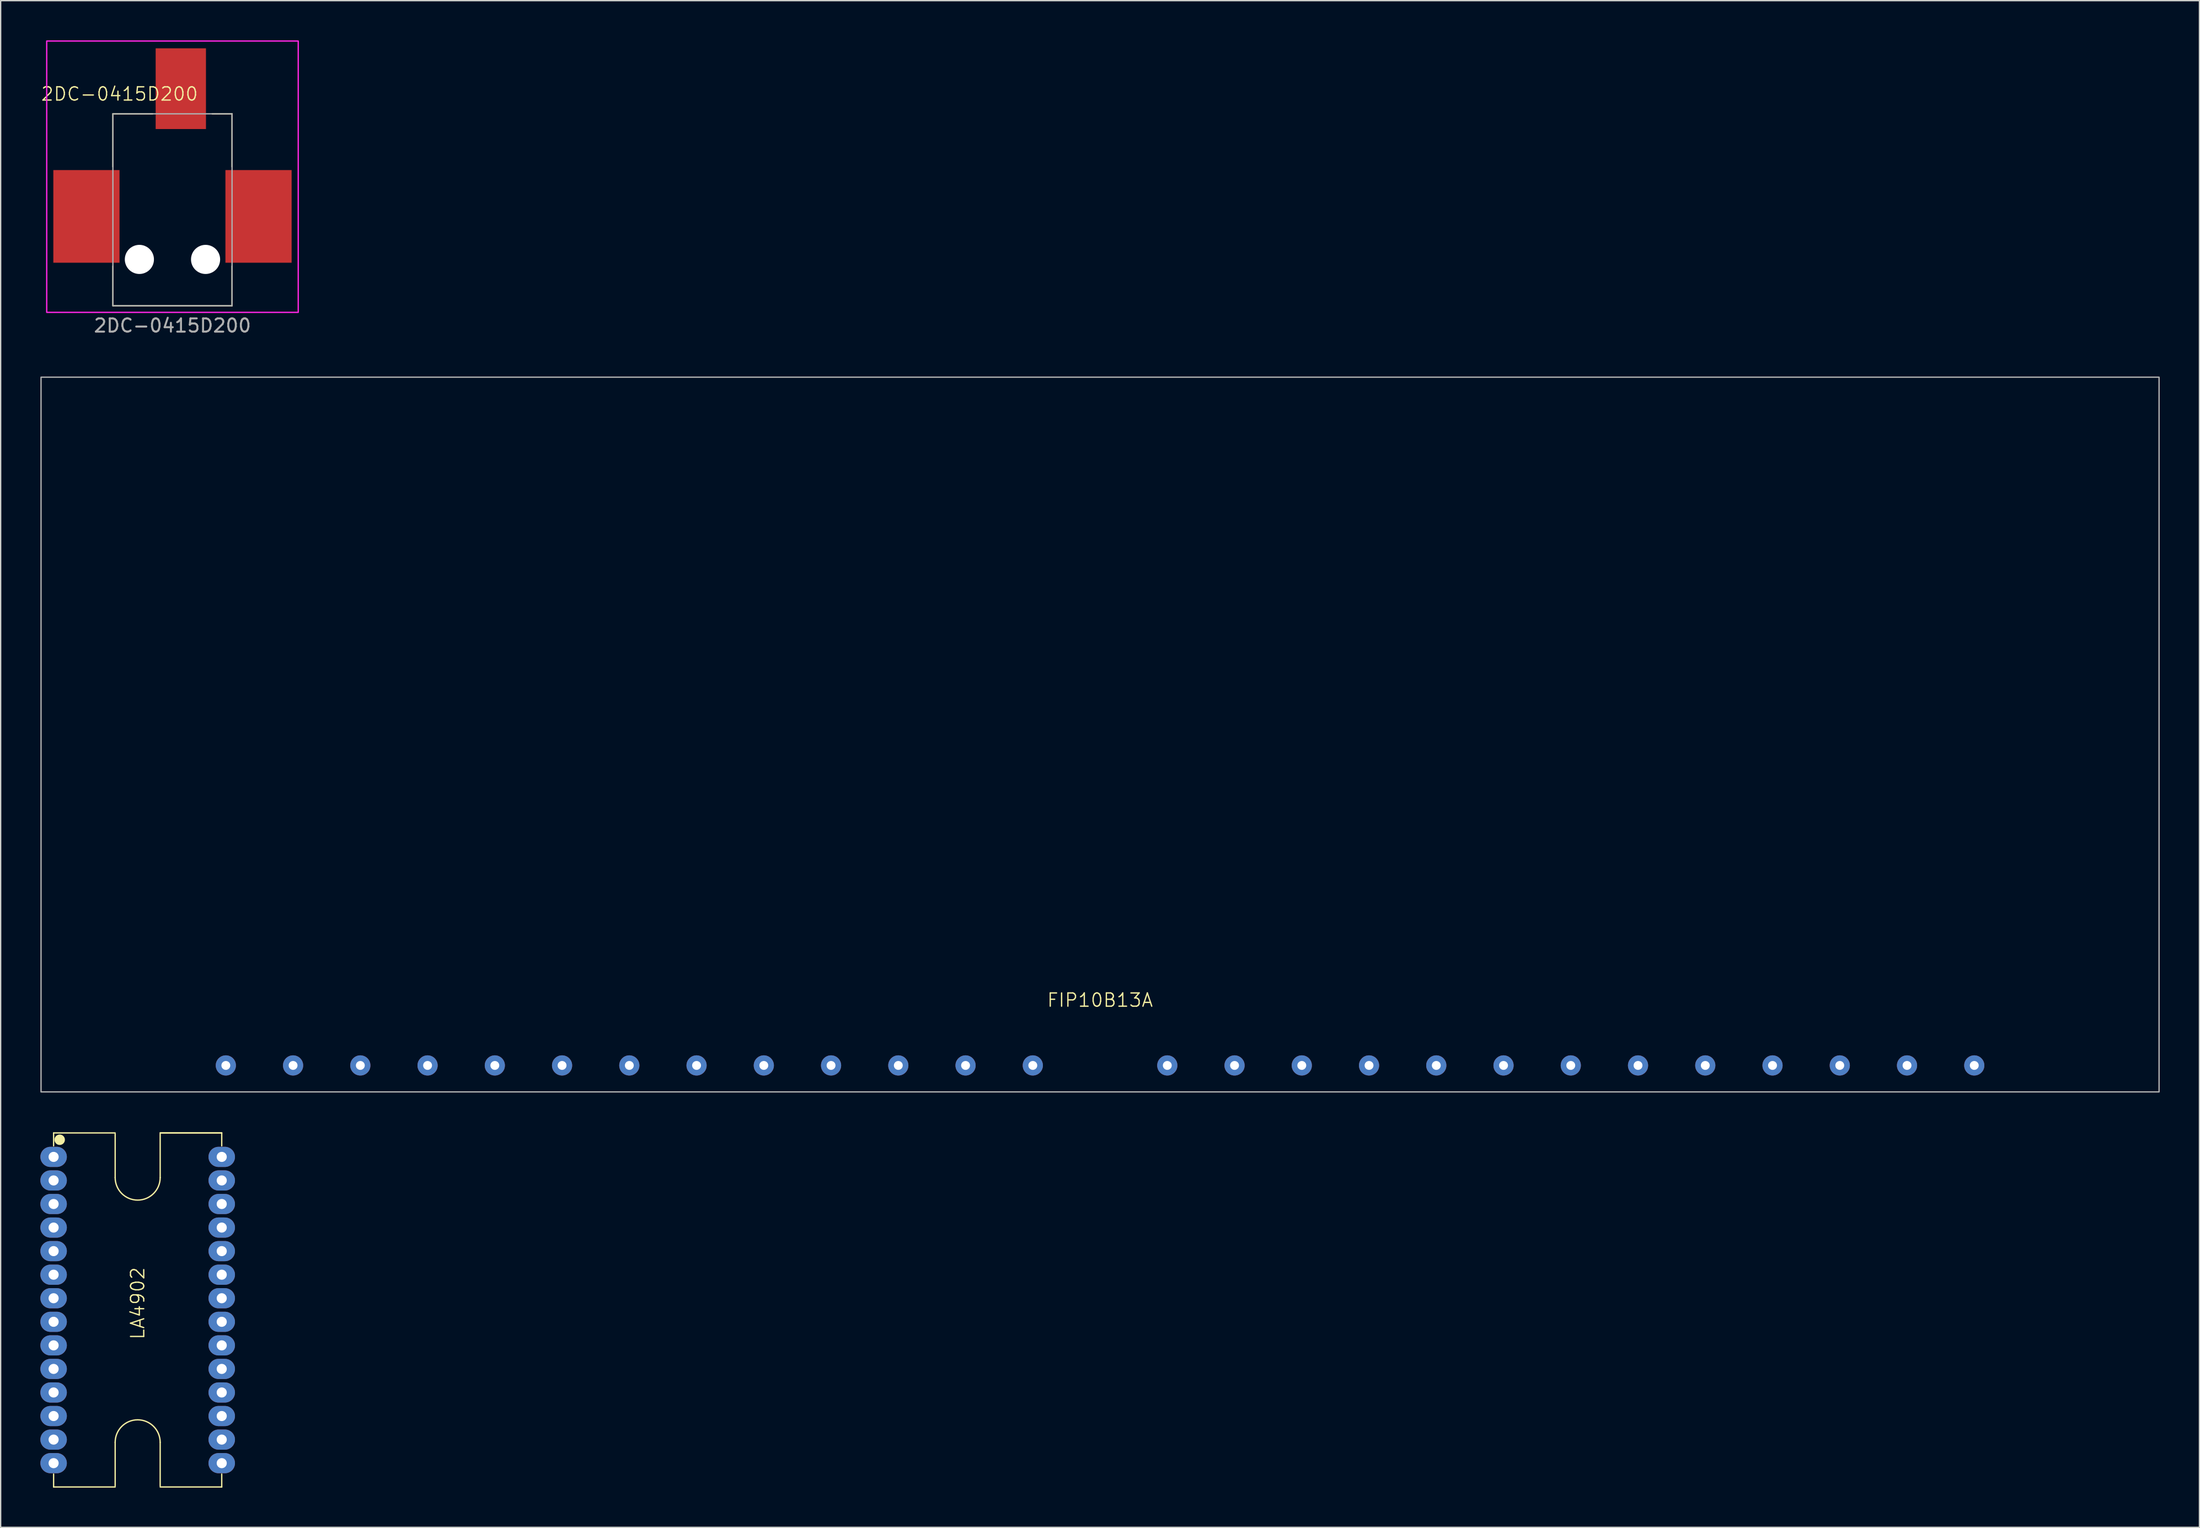
<source format=kicad_pcb>
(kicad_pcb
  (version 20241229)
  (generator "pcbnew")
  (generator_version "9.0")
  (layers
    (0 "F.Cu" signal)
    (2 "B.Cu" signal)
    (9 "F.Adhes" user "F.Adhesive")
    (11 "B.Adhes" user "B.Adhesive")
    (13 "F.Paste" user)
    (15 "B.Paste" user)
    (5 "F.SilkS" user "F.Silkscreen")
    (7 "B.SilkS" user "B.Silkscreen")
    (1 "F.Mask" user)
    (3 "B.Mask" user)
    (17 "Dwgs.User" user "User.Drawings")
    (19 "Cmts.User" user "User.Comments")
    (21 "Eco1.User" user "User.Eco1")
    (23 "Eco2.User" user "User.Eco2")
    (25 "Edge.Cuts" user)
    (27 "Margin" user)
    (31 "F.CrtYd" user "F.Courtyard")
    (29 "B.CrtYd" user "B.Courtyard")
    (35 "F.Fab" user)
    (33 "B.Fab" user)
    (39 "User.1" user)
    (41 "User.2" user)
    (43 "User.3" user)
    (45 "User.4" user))
  (footprint "LA4902"
    (layer "F.Cu")
    (at 7.35 95.923)
    (property "Reference" "LA4902" (at 0 -0.5 90) (unlocked yes) (layer "F.SilkS") (effects (font (size 1 1) (thickness 0.1))))
    (attr through_hole)
    (fp_line (start -6.35 -13.375) (end -6.35 -12.4) (stroke (width 0.1) (type default)) (layer "F.SilkS"))
    (fp_line (start -6.35 -13.375) (end -1.7 -13.375) (stroke (width 0.1) (type default)) (layer "F.SilkS"))
    (fp_line (start -6.35 13.375) (end -6.35 12.4) (stroke (width 0.1) (type default)) (layer "F.SilkS"))
    (fp_line (start -6.35 13.375) (end -1.7 13.375) (stroke (width 0.1) (type default)) (layer "F.SilkS"))
    (fp_line (start -1.7 -10) (end -1.7 -13.3) (stroke (width 0.1) (type default)) (layer "F.SilkS"))
    (fp_line (start -1.7 10) (end -1.7 13.3) (stroke (width 0.1) (type default)) (layer "F.SilkS"))
    (fp_line (start 1.7 -13.375) (end 6.35 -13.375) (stroke (width 0.1) (type default)) (layer "F.SilkS"))
    (fp_line (start 1.7 -10) (end 1.7 -13.3) (stroke (width 0.1) (type default)) (layer "F.SilkS"))
    (fp_line (start 1.7 10) (end 1.7 13.3) (stroke (width 0.1) (type default)) (layer "F.SilkS"))
    (fp_line (start 6.35 -13.375) (end 1.7 -13.375) (stroke (width 0.1) (type default)) (layer "F.SilkS"))
    (fp_line (start 6.35 -13.375) (end 6.35 -12.4) (stroke (width 0.1) (type default)) (layer "F.SilkS"))
    (fp_line (start 6.35 13.375) (end 1.7 13.375) (stroke (width 0.1) (type default)) (layer "F.SilkS"))
    (fp_line (start 6.35 13.375) (end 6.35 12.4) (stroke (width 0.1) (type default)) (layer "F.SilkS"))
    (fp_arc (start -1.7 10) (mid 0 8.3) (end 1.7 10) (stroke (width 0.1) (type default)) (layer "F.SilkS"))
    (fp_arc (start 1.7 -10) (mid 0 -8.3) (end -1.7 -10) (stroke (width 0.1) (type default)) (layer "F.SilkS"))
    (fp_circle (center -5.89 -12.86) (end -5.546 -12.86) (stroke (width 0.1) (type solid)) (fill yes) (layer "F.SilkS"))
    (pad "1" thru_hole oval (at -6.35 -11.565) (size 2 1.524) (drill 0.762) (layers "*.Cu" "*.Mask"))
    (pad "2" thru_hole oval (at -6.35 -9.785) (size 2 1.524) (drill 0.762) (layers "*.Cu" "*.Mask"))
    (pad "3" thru_hole oval (at -6.35 -8.005) (size 2 1.524) (drill 0.762) (layers "*.Cu" "*.Mask"))
    (pad "4" thru_hole oval (at -6.35 -6.225) (size 2 1.524) (drill 0.762) (layers "*.Cu" "*.Mask"))
    (pad "5" thru_hole oval (at -6.35 -4.445) (size 2 1.524) (drill 0.762) (layers "*.Cu" "*.Mask"))
    (pad "6" thru_hole oval (at -6.35 -2.665) (size 2 1.524) (drill 0.762) (layers "*.Cu" "*.Mask"))
    (pad "7" thru_hole oval (at -6.35 -0.885) (size 2 1.524) (drill 0.762) (layers "*.Cu" "*.Mask"))
    (pad "8" thru_hole oval (at -6.35 0.895) (size 2 1.524) (drill 0.762) (layers "*.Cu" "*.Mask"))
    (pad "9" thru_hole oval (at -6.35 2.675) (size 2 1.524) (drill 0.762) (layers "*.Cu" "*.Mask"))
    (pad "10" thru_hole oval (at -6.35 4.455) (size 2 1.524) (drill 0.762) (layers "*.Cu" "*.Mask"))
    (pad "11" thru_hole oval (at -6.35 6.235) (size 2 1.524) (drill 0.762) (layers "*.Cu" "*.Mask"))
    (pad "12" thru_hole oval (at -6.35 8.015) (size 2 1.524) (drill 0.762) (layers "*.Cu" "*.Mask"))
    (pad "13" thru_hole oval (at -6.35 9.795) (size 2 1.524) (drill 0.762) (layers "*.Cu" "*.Mask"))
    (pad "14" thru_hole oval (at -6.35 11.575) (size 2 1.524) (drill 0.762) (layers "*.Cu" "*.Mask"))
    (pad "15" thru_hole oval (at 6.35 11.575) (size 2 1.524) (drill 0.762) (layers "*.Cu" "*.Mask"))
    (pad "16" thru_hole oval (at 6.35 9.795) (size 2 1.524) (drill 0.762) (layers "*.Cu" "*.Mask"))
    (pad "17" thru_hole oval (at 6.35 8.015) (size 2 1.524) (drill 0.762) (layers "*.Cu" "*.Mask"))
    (pad "18" thru_hole oval (at 6.35 6.235) (size 2 1.524) (drill 0.762) (layers "*.Cu" "*.Mask"))
    (pad "19" thru_hole oval (at 6.35 4.455) (size 2 1.524) (drill 0.762) (layers "*.Cu" "*.Mask"))
    (pad "20" thru_hole oval (at 6.35 2.675) (size 2 1.524) (drill 0.762) (layers "*.Cu" "*.Mask"))
    (pad "21" thru_hole oval (at 6.35 0.895) (size 2 1.524) (drill 0.762) (layers "*.Cu" "*.Mask"))
    (pad "22" thru_hole oval (at 6.35 -0.885) (size 2 1.524) (drill 0.762) (layers "*.Cu" "*.Mask"))
    (pad "23" thru_hole oval (at 6.35 -2.665) (size 2 1.524) (drill 0.762) (layers "*.Cu" "*.Mask"))
    (pad "24" thru_hole oval (at 6.35 -4.445) (size 2 1.524) (drill 0.762) (layers "*.Cu" "*.Mask"))
    (pad "25" thru_hole oval (at 6.35 -6.225) (size 2 1.524) (drill 0.762) (layers "*.Cu" "*.Mask"))
    (pad "26" thru_hole oval (at 6.35 -8.005) (size 2 1.524) (drill 0.762) (layers "*.Cu" "*.Mask"))
    (pad "27" thru_hole oval (at 6.35 -9.785) (size 2 1.524) (drill 0.762) (layers "*.Cu" "*.Mask"))
    (pad "28" thru_hole oval (at 6.35 -11.565) (size 2 1.524) (drill 0.762) (layers "*.Cu" "*.Mask")))
  (footprint "FIP10B13A"
    (layer "F.Cu")
    (at 80.05 52.448)
    (property "Reference" "FIP10B13A" (at 0 20.066 0) (unlocked yes) (layer "F.SilkS") (effects (font (size 1 1) (thickness 0.1))))
    (attr through_hole)
    (fp_rect (start -80 -27) (end 80 27) (stroke (width 0.1) (type default)) (fill no) (layer "F.Fab"))
    (pad "1" thru_hole circle (at -66.04 25) (size 1.524 1.524) (drill 0.67) (layers "*.Cu" "*.Mask"))
    (pad "2" thru_hole circle (at -60.96 25) (size 1.524 1.524) (drill 0.67) (layers "*.Cu" "*.Mask"))
    (pad "3" thru_hole circle (at -55.88 25) (size 1.524 1.524) (drill 0.67) (layers "*.Cu" "*.Mask"))
    (pad "4" thru_hole circle (at -50.8 25) (size 1.524 1.524) (drill 0.67) (layers "*.Cu" "*.Mask"))
    (pad "5" thru_hole circle (at -45.72 25) (size 1.524 1.524) (drill 0.67) (layers "*.Cu" "*.Mask"))
    (pad "6" thru_hole circle (at -40.64 25) (size 1.524 1.524) (drill 0.67) (layers "*.Cu" "*.Mask"))
    (pad "7" thru_hole circle (at -35.56 25) (size 1.524 1.524) (drill 0.67) (layers "*.Cu" "*.Mask"))
    (pad "8" thru_hole circle (at -30.48 25) (size 1.524 1.524) (drill 0.67) (layers "*.Cu" "*.Mask"))
    (pad "9" thru_hole circle (at -25.4 25) (size 1.524 1.524) (drill 0.67) (layers "*.Cu" "*.Mask"))
    (pad "10" thru_hole circle (at -20.32 25) (size 1.524 1.524) (drill 0.67) (layers "*.Cu" "*.Mask"))
    (pad "11" thru_hole circle (at -15.24 25) (size 1.524 1.524) (drill 0.67) (layers "*.Cu" "*.Mask"))
    (pad "12" thru_hole circle (at -10.16 25) (size 1.524 1.524) (drill 0.67) (layers "*.Cu" "*.Mask"))
    (pad "13" thru_hole circle (at -5.08 25) (size 1.524 1.524) (drill 0.67) (layers "*.Cu" "*.Mask"))
    (pad "14" thru_hole circle (at 5.08 25) (size 1.524 1.524) (drill 0.67) (layers "*.Cu" "*.Mask"))
    (pad "15" thru_hole circle (at 10.16 25) (size 1.524 1.524) (drill 0.67) (layers "*.Cu" "*.Mask"))
    (pad "16" thru_hole circle (at 15.24 25) (size 1.524 1.524) (drill 0.67) (layers "*.Cu" "*.Mask"))
    (pad "17" thru_hole circle (at 20.32 25) (size 1.524 1.524) (drill 0.67) (layers "*.Cu" "*.Mask"))
    (pad "18" thru_hole circle (at 25.4 25) (size 1.524 1.524) (drill 0.67) (layers "*.Cu" "*.Mask"))
    (pad "19" thru_hole circle (at 30.48 25) (size 1.524 1.524) (drill 0.67) (layers "*.Cu" "*.Mask"))
    (pad "20" thru_hole circle (at 35.56 25) (size 1.524 1.524) (drill 0.67) (layers "*.Cu" "*.Mask"))
    (pad "21" thru_hole circle (at 40.64 25) (size 1.524 1.524) (drill 0.67) (layers "*.Cu" "*.Mask"))
    (pad "22" thru_hole circle (at 45.72 25) (size 1.524 1.524) (drill 0.67) (layers "*.Cu" "*.Mask"))
    (pad "23" thru_hole circle (at 50.8 25) (size 1.524 1.524) (drill 0.67) (layers "*.Cu" "*.Mask"))
    (pad "24" thru_hole circle (at 55.88 25) (size 1.524 1.524) (drill 0.67) (layers "*.Cu" "*.Mask"))
    (pad "25" thru_hole circle (at 60.96 25) (size 1.524 1.524) (drill 0.67) (layers "*.Cu" "*.Mask"))
    (pad "26" thru_hole circle (at 66.04 25) (size 1.524 1.524) (drill 0.67) (layers "*.Cu" "*.Mask")))
  (footprint "2DC-0415D200"
    (layer "F.Cu")
    (at 9.979 20.05)
    (property "Reference" "2DC-0415D200" (at -4 -16 0) (unlocked yes) (layer "F.SilkS") (effects (font (size 1 1) (thickness 0.1))))
    (attr smd)
    (fp_line (start -4.5 -14.5) (end -4.5 -10.5) (stroke (width 0.1) (type default)) (layer "F.SilkS"))
    (fp_line (start -4.5 0) (end -4.5 -3) (stroke (width 0.1) (type default)) (layer "F.SilkS"))
    (fp_line (start -4.5 0) (end 4.5 0) (stroke (width 0.1) (type default)) (layer "F.SilkS"))
    (fp_line (start -1.5 -14.5) (end -4.5 -14.5) (stroke (width 0.1) (type default)) (layer "F.SilkS"))
    (fp_line (start 4.5 -14.5) (end 3 -14.5) (stroke (width 0.1) (type default)) (layer "F.SilkS"))
    (fp_line (start 4.5 -10.5) (end 4.5 -14.5) (stroke (width 0.1) (type default)) (layer "F.SilkS"))
    (fp_line (start 4.5 -3) (end 4.5 0) (stroke (width 0.1) (type default)) (layer "F.SilkS"))
    (fp_rect (start -9.5 -20) (end 9.5 0.5) (stroke (width 0.1) (type solid)) (fill no) (layer "F.CrtYd"))
    (fp_rect (start -4.5 -14.5) (end 4.5 0) (stroke (width 0.1) (type solid)) (fill no) (layer "F.Fab"))
    (fp_text user "${REFERENCE}" (at 0 1.5 0) (unlocked yes) (layer "F.Fab") (effects (font (size 1 1) (thickness 0.15))))
    (pad "" np_thru_hole circle (at -2.5 -3.5) (size 2.2 2.2) (drill 2.2) (layers "*.Cu" "*.Mask"))
    (pad "" np_thru_hole circle (at 2.5 -3.5) (size 2.2 2.2) (drill 2.2) (layers "*.Cu" "*.Mask"))
    (pad "1" smd rect (at 0.63 -16.4) (size 3.8 6.1) (layers "F.Cu" "F.Mask" "F.Paste"))
    (pad "2" smd rect (at -6.5 -6.75) (size 5 7) (layers "F.Cu" "F.Mask" "F.Paste"))
    (pad "3" smd rect (at 6.5 -6.75) (size 5 7) (layers "F.Cu" "F.Mask" "F.Paste")))
  (gr_rect
    (start -3 -3)
    (end 163.1 112.348)
    (stroke (width 0.1) (type default))
    (fill no)
    (layer "Edge.Cuts")))
</source>
